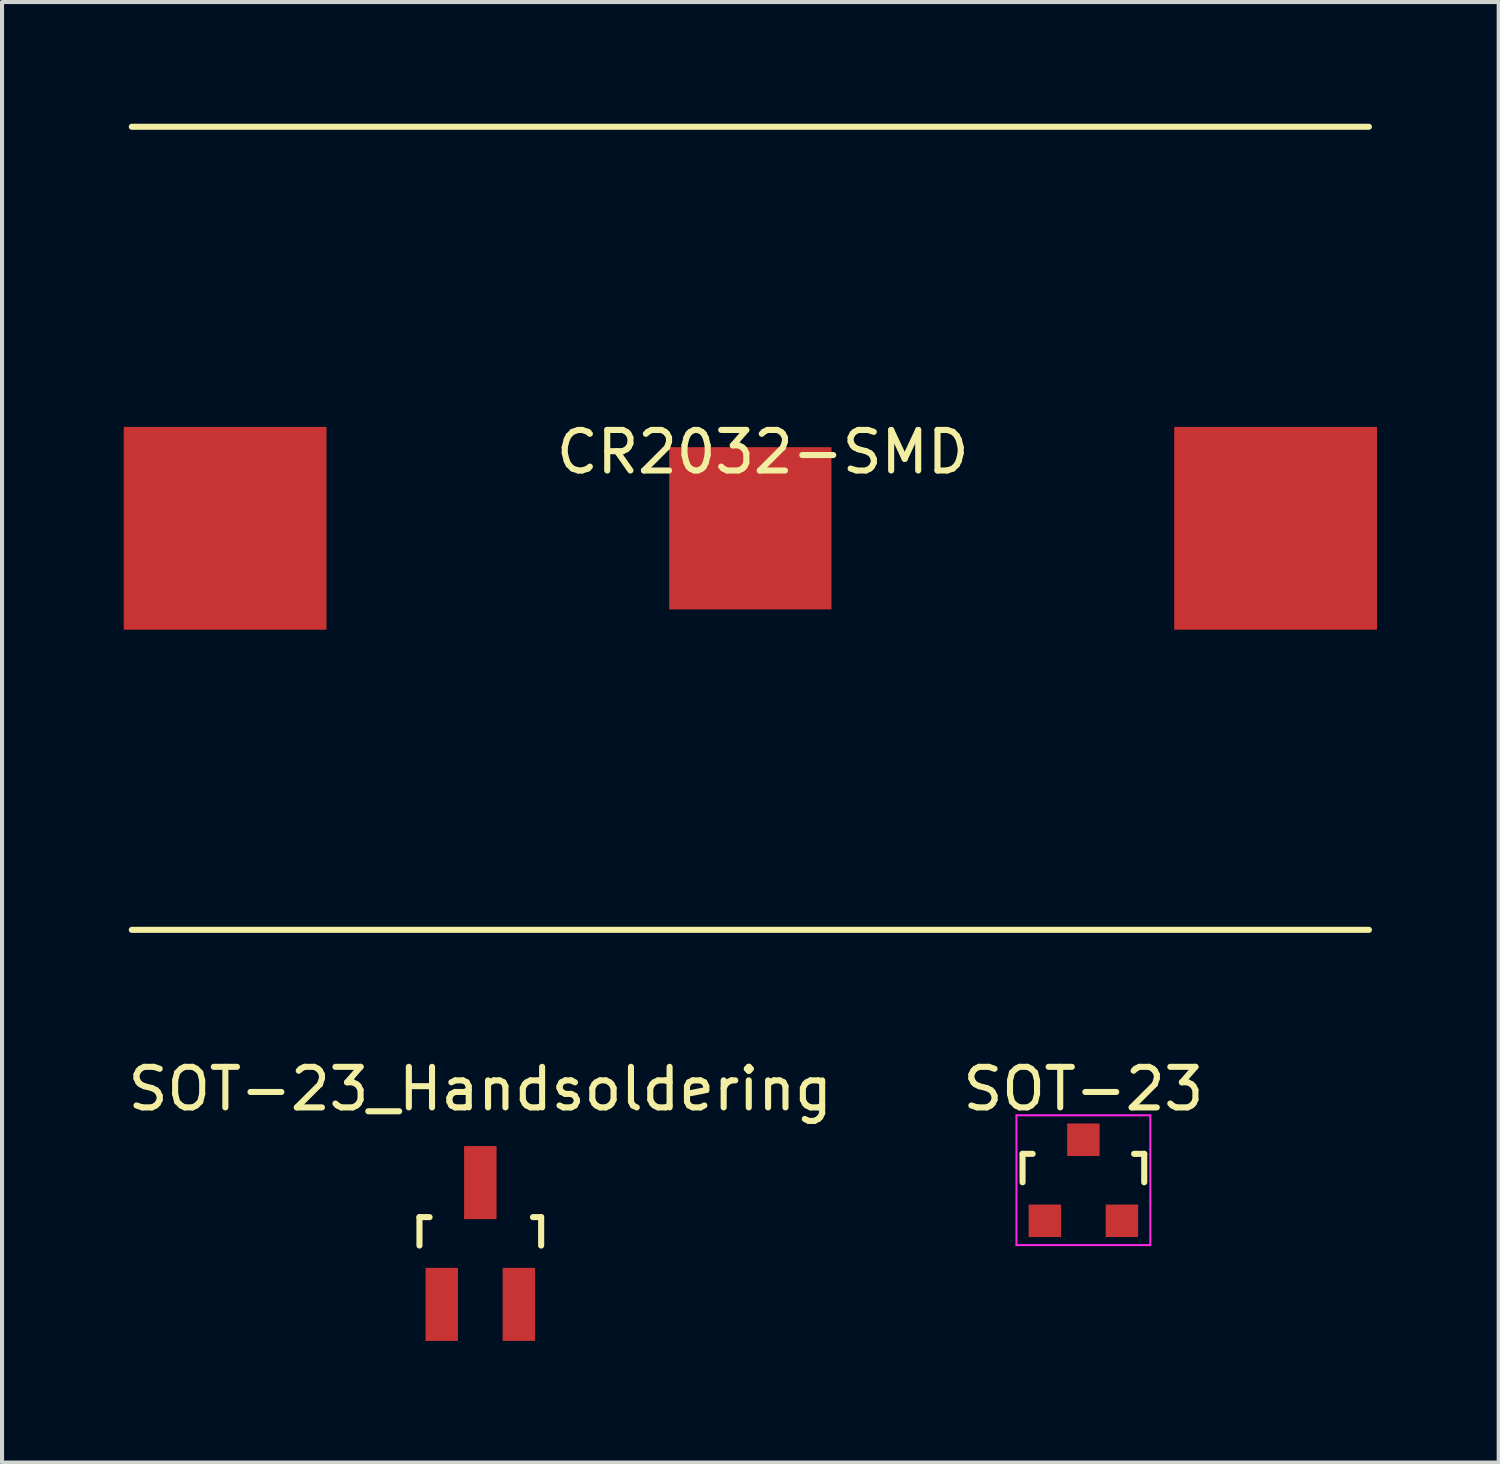
<source format=kicad_pcb>
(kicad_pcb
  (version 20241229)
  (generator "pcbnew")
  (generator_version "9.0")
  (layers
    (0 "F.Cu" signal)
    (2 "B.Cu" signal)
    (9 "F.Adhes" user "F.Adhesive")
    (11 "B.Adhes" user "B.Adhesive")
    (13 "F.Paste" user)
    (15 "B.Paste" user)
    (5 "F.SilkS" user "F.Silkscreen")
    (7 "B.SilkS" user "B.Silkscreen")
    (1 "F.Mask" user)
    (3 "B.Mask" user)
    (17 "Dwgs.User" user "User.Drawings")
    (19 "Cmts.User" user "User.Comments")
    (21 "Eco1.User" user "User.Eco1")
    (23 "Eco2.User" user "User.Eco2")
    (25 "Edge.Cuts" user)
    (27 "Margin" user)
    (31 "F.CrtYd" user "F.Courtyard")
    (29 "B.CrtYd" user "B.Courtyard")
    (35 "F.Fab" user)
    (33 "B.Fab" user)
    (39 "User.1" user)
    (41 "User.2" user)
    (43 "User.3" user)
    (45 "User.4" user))
  (footprint "SOT-23"
    (layer "F.Cu")
    (at 23.661 26.048)
    (property "Reference" "SOT-23" (at 0 -2.25 0) (layer "F.SilkS") (effects (font (size 1 1) (thickness 0.15))))
    (attr smd)
    (fp_line (start -1.5 -0.65) (end -1.251 -0.65) (stroke (width 0.15) (type solid)) (layer "F.SilkS"))
    (fp_line (start -1.5 0.051) (end -1.5 -0.65) (stroke (width 0.15) (type solid)) (layer "F.SilkS"))
    (fp_line (start 1.299 -0.65) (end 1.251 -0.65) (stroke (width 0.15) (type solid)) (layer "F.SilkS"))
    (fp_line (start 1.299 -0.65) (end 1.5 -0.65) (stroke (width 0.15) (type solid)) (layer "F.SilkS"))
    (fp_line (start 1.5 -0.65) (end 1.5 0.051) (stroke (width 0.15) (type solid)) (layer "F.SilkS"))
    (fp_line (start -1.65 -1.6) (end 1.65 -1.6) (stroke (width 0.05) (type solid)) (layer "F.CrtYd"))
    (fp_line (start -1.65 1.6) (end -1.65 -1.6) (stroke (width 0.05) (type solid)) (layer "F.CrtYd"))
    (fp_line (start 1.65 -1.6) (end 1.65 1.6) (stroke (width 0.05) (type solid)) (layer "F.CrtYd"))
    (fp_line (start 1.65 1.6) (end -1.65 1.6) (stroke (width 0.05) (type solid)) (layer "F.CrtYd"))
    (pad "1" smd rect (at 0 -0.998) (size 0.8 0.8) (layers "F.Cu" "F.Mask" "F.Paste"))
    (pad "2" smd rect (at -0.95 1.001) (size 0.8 0.8) (layers "F.Cu" "F.Mask" "F.Paste"))
    (pad "3" smd rect (at 0.95 1.001) (size 0.8 0.8) (layers "F.Cu" "F.Mask" "F.Paste")))
  (footprint "CR2032-SMD"
    (layer "F.Cu")
    (at 15.45 9.975)
    (property "Reference" "CR2032-SMD" (at 0.305 -1.88 0) (layer "F.SilkS") (effects (font (size 1 1) (thickness 0.15))))
    (attr through_hole)
    (fp_line (start -15.25 -9.9) (end 15.25 -9.9) (stroke (width 0.15) (type solid)) (layer "F.SilkS"))
    (fp_line (start -15.25 9.9) (end 15.25 9.9) (stroke (width 0.15) (type solid)) (layer "F.SilkS"))
    (pad "" smd rect (at -12.95 0) (size 5 5) (layers "F.Cu" "F.Mask" "F.Paste"))
    (pad "" smd rect (at 12.95 0) (size 5 5) (layers "F.Cu" "F.Mask" "F.Paste"))
    (pad "1" smd rect (at 0 0) (size 4 4) (layers "F.Cu" "F.Mask" "F.Paste")))
  (footprint "SOT-23_Handsoldering"
    (layer "F.Cu")
    (at 8.792 27.608)
    (property "Reference" "SOT-23_Handsoldering" (at 0 -3.81 0) (layer "F.SilkS") (effects (font (size 1 1) (thickness 0.15))))
    (attr smd)
    (fp_line (start -1.5 -0.65) (end -1.251 -0.65) (stroke (width 0.15) (type solid)) (layer "F.SilkS"))
    (fp_line (start -1.5 0.051) (end -1.5 -0.65) (stroke (width 0.15) (type solid)) (layer "F.SilkS"))
    (fp_line (start 1.299 -0.65) (end 1.5 -0.65) (stroke (width 0.15) (type solid)) (layer "F.SilkS"))
    (fp_line (start 1.5 -0.65) (end 1.5 0.051) (stroke (width 0.15) (type solid)) (layer "F.SilkS"))
    (pad "1" smd rect (at 0 -1.501) (size 0.8 1.801) (layers "F.Cu" "F.Mask" "F.Paste"))
    (pad "2" smd rect (at -0.95 1.501) (size 0.8 1.801) (layers "F.Cu" "F.Mask" "F.Paste"))
    (pad "3" smd rect (at 0.95 1.501) (size 0.8 1.801) (layers "F.Cu" "F.Mask" "F.Paste")))
  (gr_rect
    (start -3 -3)
    (end 33.9 33.01)
    (stroke (width 0.1) (type default))
    (fill no)
    (layer "Edge.Cuts")))
</source>
